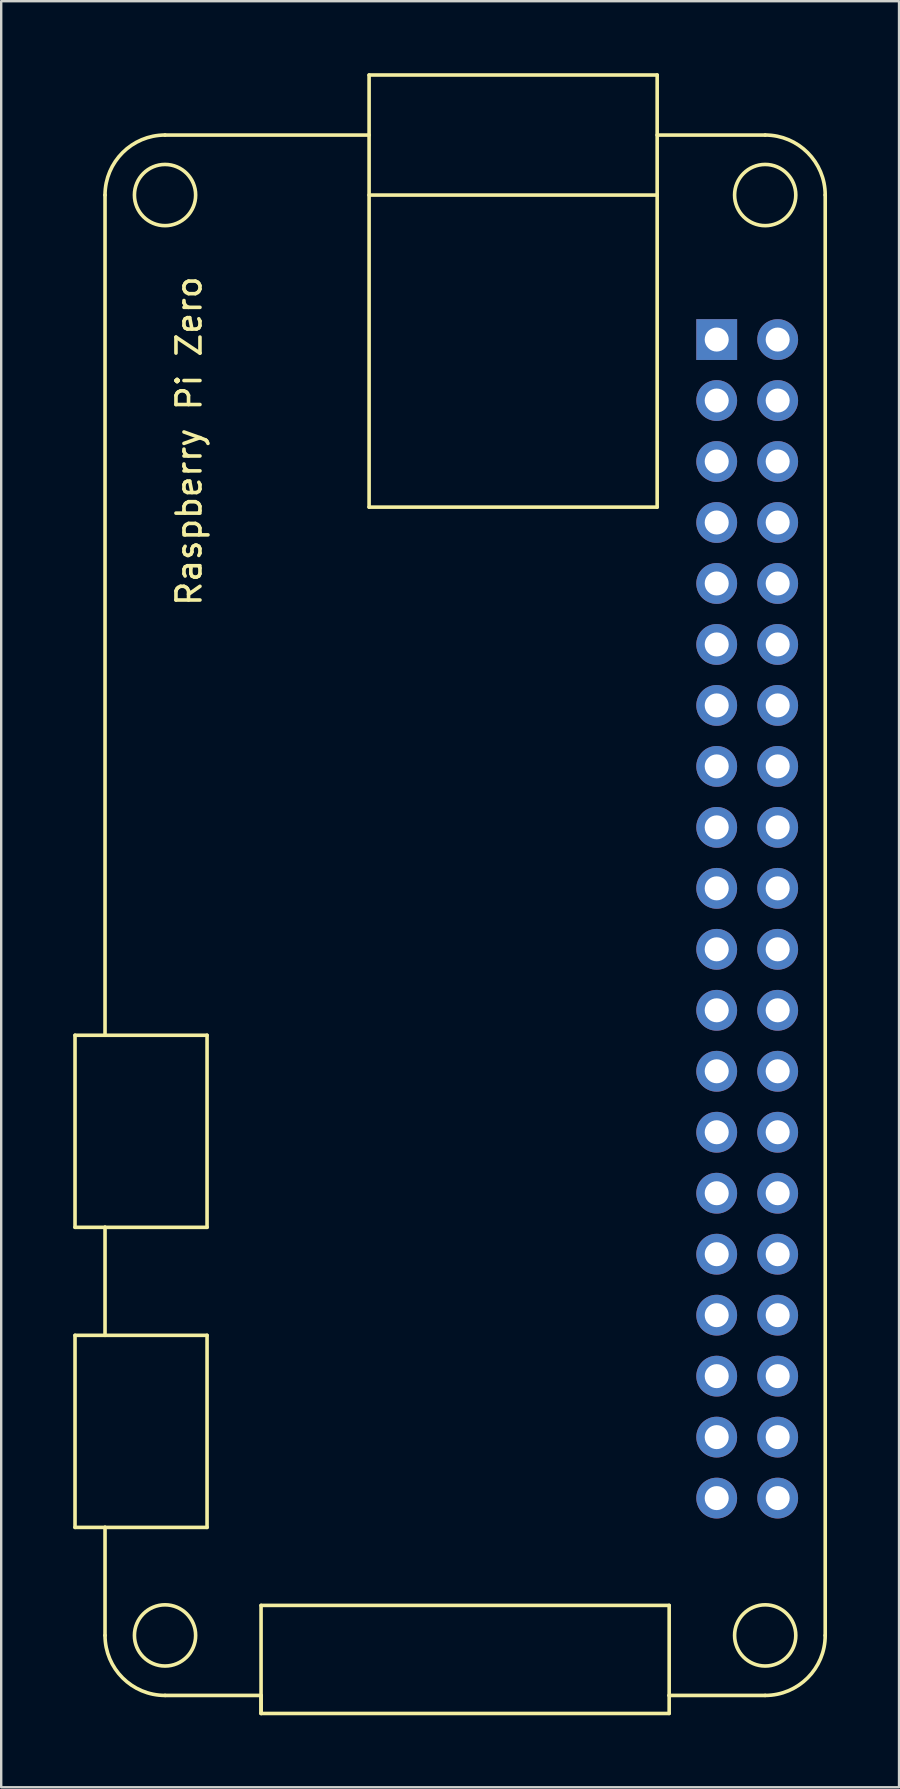
<source format=kicad_pcb>
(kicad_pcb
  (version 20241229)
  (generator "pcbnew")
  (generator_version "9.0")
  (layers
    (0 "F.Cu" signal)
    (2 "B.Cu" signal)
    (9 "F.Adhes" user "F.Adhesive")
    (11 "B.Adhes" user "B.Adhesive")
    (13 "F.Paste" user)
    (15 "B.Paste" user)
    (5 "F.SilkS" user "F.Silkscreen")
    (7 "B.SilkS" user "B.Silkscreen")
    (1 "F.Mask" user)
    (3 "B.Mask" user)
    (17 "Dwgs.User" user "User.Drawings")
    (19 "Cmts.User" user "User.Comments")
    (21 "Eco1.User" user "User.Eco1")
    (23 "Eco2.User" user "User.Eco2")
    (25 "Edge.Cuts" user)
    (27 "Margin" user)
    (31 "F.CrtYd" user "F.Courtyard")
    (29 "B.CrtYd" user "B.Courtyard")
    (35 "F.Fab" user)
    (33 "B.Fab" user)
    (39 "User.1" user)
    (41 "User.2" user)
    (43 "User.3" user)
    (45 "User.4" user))
  (footprint "Raspberry Pi Zero"
    (layer "F.Cu")
    (at 1.325 2.575)
    (property "Reference" "Raspberry Pi Zero" (at 3.5 12.75 90) (layer "F.SilkS") (effects (font (size 1 1) (thickness 0.15))))
    (attr through_hole)
    (fp_line (start -1.25 37.5) (end 4.25 37.5) (stroke (width 0.15) (type solid)) (layer "F.SilkS"))
    (fp_line (start -1.25 45.5) (end -1.25 37.5) (stroke (width 0.15) (type solid)) (layer "F.SilkS"))
    (fp_line (start -1.25 50) (end 4.25 50) (stroke (width 0.15) (type solid)) (layer "F.SilkS"))
    (fp_line (start -1.25 58) (end -1.25 50) (stroke (width 0.15) (type solid)) (layer "F.SilkS"))
    (fp_line (start 0 37.5) (end 0 2.5) (stroke (width 0.15) (type solid)) (layer "F.SilkS"))
    (fp_line (start 0 45.5) (end -1.25 45.5) (stroke (width 0.15) (type solid)) (layer "F.SilkS"))
    (fp_line (start 0 50) (end 0 45.5) (stroke (width 0.15) (type solid)) (layer "F.SilkS"))
    (fp_line (start 0 58) (end -1.25 58) (stroke (width 0.15) (type solid)) (layer "F.SilkS"))
    (fp_line (start 0 62.5) (end 0 58) (stroke (width 0.15) (type solid)) (layer "F.SilkS"))
    (fp_line (start 2.5 0) (end 11 0) (stroke (width 0.15) (type solid)) (layer "F.SilkS"))
    (fp_line (start 4.25 37.5) (end 4.25 45.5) (stroke (width 0.15) (type solid)) (layer "F.SilkS"))
    (fp_line (start 4.25 45.5) (end 0 45.5) (stroke (width 0.15) (type solid)) (layer "F.SilkS"))
    (fp_line (start 4.25 50) (end 4.25 58) (stroke (width 0.15) (type solid)) (layer "F.SilkS"))
    (fp_line (start 4.25 58) (end 0 58) (stroke (width 0.15) (type solid)) (layer "F.SilkS"))
    (fp_line (start 6.5 61.25) (end 23.5 61.25) (stroke (width 0.15) (type solid)) (layer "F.SilkS"))
    (fp_line (start 6.5 65) (end 2.5 65) (stroke (width 0.15) (type solid)) (layer "F.SilkS"))
    (fp_line (start 6.5 65) (end 6.5 65.75) (stroke (width 0.15) (type solid)) (layer "F.SilkS"))
    (fp_line (start 6.5 65.75) (end 6.5 61.25) (stroke (width 0.15) (type solid)) (layer "F.SilkS"))
    (fp_line (start 6.5 65.75) (end 23.5 65.75) (stroke (width 0.15) (type solid)) (layer "F.SilkS"))
    (fp_line (start 11 -2.5) (end 11 15.5) (stroke (width 0.15) (type solid)) (layer "F.SilkS"))
    (fp_line (start 11 -2.5) (end 23 -2.5) (stroke (width 0.15) (type solid)) (layer "F.SilkS"))
    (fp_line (start 11 2.5) (end 23 2.5) (stroke (width 0.15) (type solid)) (layer "F.SilkS"))
    (fp_line (start 11 15.5) (end 23 15.5) (stroke (width 0.15) (type solid)) (layer "F.SilkS"))
    (fp_line (start 23 -2.5) (end 23 15.5) (stroke (width 0.15) (type solid)) (layer "F.SilkS"))
    (fp_line (start 23 0) (end 27.5 0) (stroke (width 0.15) (type solid)) (layer "F.SilkS"))
    (fp_line (start 23.5 61.25) (end 23.5 65) (stroke (width 0.15) (type solid)) (layer "F.SilkS"))
    (fp_line (start 23.5 65.75) (end 23.5 65) (stroke (width 0.15) (type solid)) (layer "F.SilkS"))
    (fp_line (start 27.5 65) (end 23.5 65) (stroke (width 0.15) (type solid)) (layer "F.SilkS"))
    (fp_line (start 30 2.5) (end 30 62.5) (stroke (width 0.15) (type solid)) (layer "F.SilkS"))
    (fp_arc (start 0 2.5) (mid 0.732233 0.732233) (end 2.5 0) (stroke (width 0.15) (type solid)) (layer "F.SilkS"))
    (fp_arc (start 2.5 65) (mid 0.732233 64.267767) (end 0 62.5) (stroke (width 0.15) (type solid)) (layer "F.SilkS"))
    (fp_arc (start 27.5 0) (mid 29.267767 0.732233) (end 30 2.5) (stroke (width 0.15) (type solid)) (layer "F.SilkS"))
    (fp_arc (start 30 62.5) (mid 29.267767 64.267767) (end 27.5 65) (stroke (width 0.15) (type solid)) (layer "F.SilkS"))
    (fp_circle (center 2.5 2.5) (end 2.75 1.25) (stroke (width 0.15) (type solid)) (fill no) (layer "F.SilkS"))
    (fp_circle (center 2.5 62.5) (end 1.25 62.25) (stroke (width 0.15) (type solid)) (fill no) (layer "F.SilkS"))
    (fp_circle (center 27.5 2.5) (end 28.75 2.75) (stroke (width 0.15) (type solid)) (fill no) (layer "F.SilkS"))
    (fp_circle (center 27.5 62.5) (end 27.25 63.75) (stroke (width 0.15) (type solid)) (fill no) (layer "F.SilkS"))
    (pad "1" thru_hole rect (at 25.48 8.52) (size 1.7 1.7) (drill 1) (layers "*.Cu" "*.Mask"))
    (pad "2" thru_hole oval (at 28.02 8.52) (size 1.7 1.7) (drill 1) (layers "*.Cu" "*.Mask"))
    (pad "3" thru_hole oval (at 25.48 11.06) (size 1.7 1.7) (drill 1) (layers "*.Cu" "*.Mask"))
    (pad "4" thru_hole oval (at 28.02 11.06) (size 1.7 1.7) (drill 1) (layers "*.Cu" "*.Mask"))
    (pad "5" thru_hole oval (at 25.48 13.6) (size 1.7 1.7) (drill 1) (layers "*.Cu" "*.Mask"))
    (pad "6" thru_hole oval (at 28.02 13.6) (size 1.7 1.7) (drill 1) (layers "*.Cu" "*.Mask"))
    (pad "7" thru_hole oval (at 25.48 16.14) (size 1.7 1.7) (drill 1) (layers "*.Cu" "*.Mask"))
    (pad "8" thru_hole oval (at 28.02 16.14) (size 1.7 1.7) (drill 1) (layers "*.Cu" "*.Mask"))
    (pad "9" thru_hole oval (at 25.48 18.68) (size 1.7 1.7) (drill 1) (layers "*.Cu" "*.Mask"))
    (pad "10" thru_hole oval (at 28.02 18.68) (size 1.7 1.7) (drill 1) (layers "*.Cu" "*.Mask"))
    (pad "11" thru_hole oval (at 25.48 21.22) (size 1.7 1.7) (drill 1) (layers "*.Cu" "*.Mask"))
    (pad "12" thru_hole oval (at 28.02 21.22) (size 1.7 1.7) (drill 1) (layers "*.Cu" "*.Mask"))
    (pad "13" thru_hole oval (at 25.48 23.76) (size 1.7 1.7) (drill 1) (layers "*.Cu" "*.Mask"))
    (pad "14" thru_hole oval (at 28.02 23.76) (size 1.7 1.7) (drill 1) (layers "*.Cu" "*.Mask"))
    (pad "15" thru_hole oval (at 25.48 26.3) (size 1.7 1.7) (drill 1) (layers "*.Cu" "*.Mask"))
    (pad "16" thru_hole oval (at 28.02 26.3) (size 1.7 1.7) (drill 1) (layers "*.Cu" "*.Mask"))
    (pad "17" thru_hole oval (at 25.48 28.84) (size 1.7 1.7) (drill 1) (layers "*.Cu" "*.Mask"))
    (pad "18" thru_hole oval (at 28.02 28.84) (size 1.7 1.7) (drill 1) (layers "*.Cu" "*.Mask"))
    (pad "19" thru_hole oval (at 25.48 31.38) (size 1.7 1.7) (drill 1) (layers "*.Cu" "*.Mask"))
    (pad "20" thru_hole oval (at 28.02 31.38) (size 1.7 1.7) (drill 1) (layers "*.Cu" "*.Mask"))
    (pad "21" thru_hole oval (at 25.48 33.92) (size 1.7 1.7) (drill 1) (layers "*.Cu" "*.Mask"))
    (pad "22" thru_hole oval (at 28.02 33.92) (size 1.7 1.7) (drill 1) (layers "*.Cu" "*.Mask"))
    (pad "23" thru_hole oval (at 25.48 36.46) (size 1.7 1.7) (drill 1) (layers "*.Cu" "*.Mask"))
    (pad "24" thru_hole oval (at 28.02 36.46) (size 1.7 1.7) (drill 1) (layers "*.Cu" "*.Mask"))
    (pad "25" thru_hole oval (at 25.48 39) (size 1.7 1.7) (drill 1) (layers "*.Cu" "*.Mask"))
    (pad "26" thru_hole oval (at 28.02 39) (size 1.7 1.7) (drill 1) (layers "*.Cu" "*.Mask"))
    (pad "27" thru_hole oval (at 25.48 41.54) (size 1.7 1.7) (drill 1) (layers "*.Cu" "*.Mask"))
    (pad "28" thru_hole oval (at 28.02 41.54) (size 1.7 1.7) (drill 1) (layers "*.Cu" "*.Mask"))
    (pad "29" thru_hole oval (at 25.48 44.08) (size 1.7 1.7) (drill 1) (layers "*.Cu" "*.Mask"))
    (pad "30" thru_hole oval (at 28.02 44.08) (size 1.7 1.7) (drill 1) (layers "*.Cu" "*.Mask"))
    (pad "31" thru_hole oval (at 25.48 46.62) (size 1.7 1.7) (drill 1) (layers "*.Cu" "*.Mask"))
    (pad "32" thru_hole oval (at 28.02 46.62) (size 1.7 1.7) (drill 1) (layers "*.Cu" "*.Mask"))
    (pad "33" thru_hole oval (at 25.48 49.16) (size 1.7 1.7) (drill 1) (layers "*.Cu" "*.Mask"))
    (pad "34" thru_hole oval (at 28.02 49.16) (size 1.7 1.7) (drill 1) (layers "*.Cu" "*.Mask"))
    (pad "35" thru_hole oval (at 25.48 51.7) (size 1.7 1.7) (drill 1) (layers "*.Cu" "*.Mask"))
    (pad "36" thru_hole oval (at 28.02 51.7) (size 1.7 1.7) (drill 1) (layers "*.Cu" "*.Mask"))
    (pad "37" thru_hole oval (at 25.48 54.24) (size 1.7 1.7) (drill 1) (layers "*.Cu" "*.Mask"))
    (pad "38" thru_hole oval (at 28.02 54.24) (size 1.7 1.7) (drill 1) (layers "*.Cu" "*.Mask"))
    (pad "39" thru_hole oval (at 25.48 56.78) (size 1.7 1.7) (drill 1) (layers "*.Cu" "*.Mask"))
    (pad "40" thru_hole oval (at 28.02 56.78) (size 1.7 1.7) (drill 1) (layers "*.Cu" "*.Mask")))
  (gr_rect
    (start -3 -3)
    (end 34.4 71.4)
    (stroke (width 0.1) (type default))
    (fill no)
    (layer "Edge.Cuts")))
</source>
